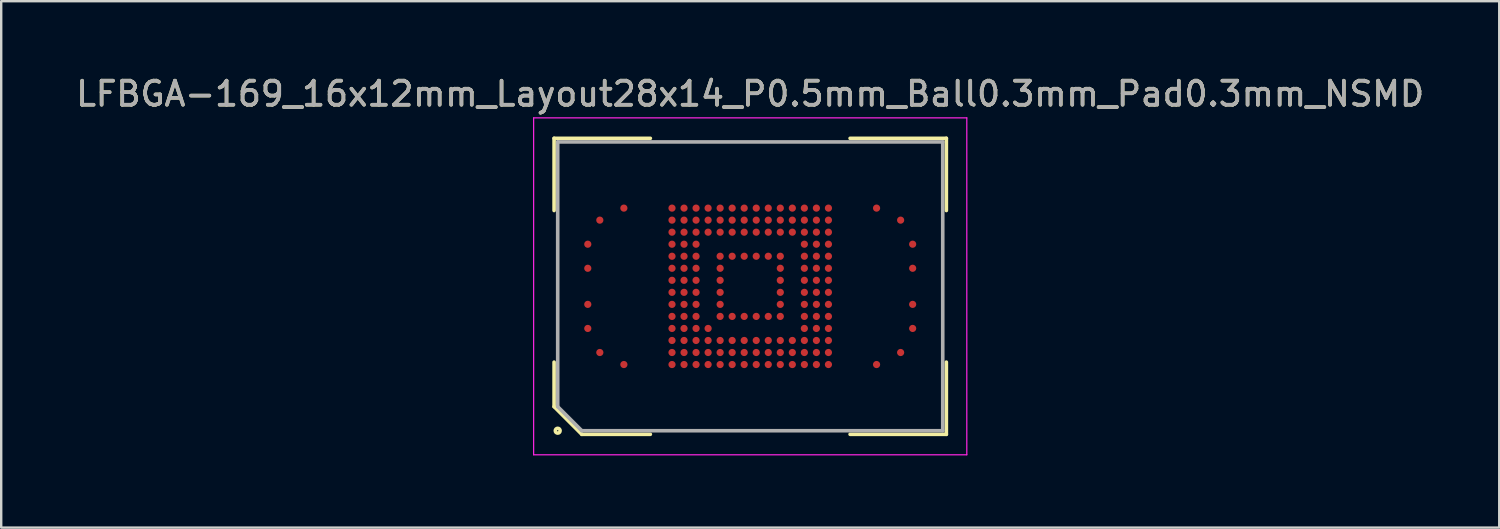
<source format=kicad_pcb>
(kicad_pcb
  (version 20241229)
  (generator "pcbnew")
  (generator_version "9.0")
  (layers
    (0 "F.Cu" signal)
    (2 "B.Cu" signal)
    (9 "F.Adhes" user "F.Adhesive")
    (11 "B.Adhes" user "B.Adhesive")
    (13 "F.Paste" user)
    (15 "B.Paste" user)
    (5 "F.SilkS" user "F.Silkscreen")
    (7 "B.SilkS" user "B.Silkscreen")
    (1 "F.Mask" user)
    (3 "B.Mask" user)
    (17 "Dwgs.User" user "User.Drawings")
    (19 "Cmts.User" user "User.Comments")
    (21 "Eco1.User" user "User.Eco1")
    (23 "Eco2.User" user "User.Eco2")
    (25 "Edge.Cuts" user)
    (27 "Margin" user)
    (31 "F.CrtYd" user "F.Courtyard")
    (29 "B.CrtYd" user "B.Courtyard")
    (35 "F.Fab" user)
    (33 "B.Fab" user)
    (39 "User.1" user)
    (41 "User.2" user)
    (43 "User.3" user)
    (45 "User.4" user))
  (footprint "LFBGA-169_16x12mm_Layout28x14_P0.5mm_Ball0.3mm_Pad0.3mm_NSMD"
    (layer "F.Cu")
    (at 28.125 8.848)
    (property "Reference" "LFBGA-169_16x12mm_Layout28x14_P0.5mm_Ball0.3mm_Pad0.3mm_NSMD" (at 0 -8 0) (layer "F.SilkS") (effects (font (size 1 1) (thickness 0.15))))
    (attr smd)
    (fp_line (start -8.15 -6.15) (end -4.15 -6.15) (stroke (width 0.15) (type solid)) (layer "F.SilkS"))
    (fp_line (start -8.15 -3.15) (end -8.15 -6.15) (stroke (width 0.15) (type solid)) (layer "F.SilkS"))
    (fp_line (start -8.15 3.15) (end -8.15 5) (stroke (width 0.15) (type solid)) (layer "F.SilkS"))
    (fp_line (start -8.15 5) (end -7 6.15) (stroke (width 0.15) (type solid)) (layer "F.SilkS"))
    (fp_line (start -7 6.15) (end -4.15 6.15) (stroke (width 0.15) (type solid)) (layer "F.SilkS"))
    (fp_line (start 8.15 -6.15) (end 4.15 -6.15) (stroke (width 0.15) (type solid)) (layer "F.SilkS"))
    (fp_line (start 8.15 -3.15) (end 8.15 -6.15) (stroke (width 0.15) (type solid)) (layer "F.SilkS"))
    (fp_line (start 8.15 3.15) (end 8.15 6.15) (stroke (width 0.15) (type solid)) (layer "F.SilkS"))
    (fp_line (start 8.15 6.15) (end 4.15 6.15) (stroke (width 0.15) (type solid)) (layer "F.SilkS"))
    (fp_circle (center -8 6) (end -8 6.1) (stroke (width 0.15) (type solid)) (fill no) (layer "F.SilkS"))
    (fp_line (start -9 -7) (end 9 -7) (stroke (width 0.05) (type solid)) (layer "F.CrtYd"))
    (fp_line (start -9 7) (end -9 -7) (stroke (width 0.05) (type solid)) (layer "F.CrtYd"))
    (fp_line (start 9 -7) (end 9 7) (stroke (width 0.05) (type solid)) (layer "F.CrtYd"))
    (fp_line (start 9 7) (end -9 7) (stroke (width 0.05) (type solid)) (layer "F.CrtYd"))
    (fp_line (start -8 -6) (end -8 5) (stroke (width 0.15) (type solid)) (layer "F.Fab"))
    (fp_line (start -8 5) (end -7 6) (stroke (width 0.15) (type solid)) (layer "F.Fab"))
    (fp_line (start -7 6) (end 8 6) (stroke (width 0.15) (type solid)) (layer "F.Fab"))
    (fp_line (start 8 -6) (end -8 -6) (stroke (width 0.15) (type solid)) (layer "F.Fab"))
    (fp_line (start 8 6) (end 8 -6) (stroke (width 0.15) (type solid)) (layer "F.Fab"))
    (fp_text user "${REFERENCE}" (at 0 -8 0) (layer "F.Fab") (effects (font (size 1 1) (thickness 0.15))))
    (pad "A4" smd circle (at -6.75 1.75 90) (size 0.3 0.3) (layers "F.Cu" "F.Mask" "F.Paste"))
    (pad "A6" smd circle (at -6.75 0.75 90) (size 0.3 0.3) (layers "F.Cu" "F.Mask" "F.Paste"))
    (pad "A9" smd circle (at -6.75 -0.75 90) (size 0.3 0.3) (layers "F.Cu" "F.Mask" "F.Paste"))
    (pad "A11" smd circle (at -6.75 -1.75 90) (size 0.3 0.3) (layers "F.Cu" "F.Mask" "F.Paste"))
    (pad "AA1" smd circle (at 3.25 3.25 90) (size 0.3 0.3) (layers "F.Cu" "F.Mask" "F.Paste"))
    (pad "AA2" smd circle (at 3.25 2.75 90) (size 0.3 0.3) (layers "F.Cu" "F.Mask" "F.Paste"))
    (pad "AA3" smd circle (at 3.25 2.25 90) (size 0.3 0.3) (layers "F.Cu" "F.Mask" "F.Paste"))
    (pad "AA4" smd circle (at 3.25 1.75 90) (size 0.3 0.3) (layers "F.Cu" "F.Mask" "F.Paste"))
    (pad "AA5" smd circle (at 3.25 1.25 90) (size 0.3 0.3) (layers "F.Cu" "F.Mask" "F.Paste"))
    (pad "AA6" smd circle (at 3.25 0.75 90) (size 0.3 0.3) (layers "F.Cu" "F.Mask" "F.Paste"))
    (pad "AA7" smd circle (at 3.25 0.25 90) (size 0.3 0.3) (layers "F.Cu" "F.Mask" "F.Paste"))
    (pad "AA8" smd circle (at 3.25 -0.25 90) (size 0.3 0.3) (layers "F.Cu" "F.Mask" "F.Paste"))
    (pad "AA9" smd circle (at 3.25 -0.75 90) (size 0.3 0.3) (layers "F.Cu" "F.Mask" "F.Paste"))
    (pad "AA10" smd circle (at 3.25 -1.25 90) (size 0.3 0.3) (layers "F.Cu" "F.Mask" "F.Paste"))
    (pad "AA11" smd circle (at 3.25 -1.75 90) (size 0.3 0.3) (layers "F.Cu" "F.Mask" "F.Paste"))
    (pad "AA12" smd circle (at 3.25 -2.25 90) (size 0.3 0.3) (layers "F.Cu" "F.Mask" "F.Paste"))
    (pad "AA13" smd circle (at 3.25 -2.75 90) (size 0.3 0.3) (layers "F.Cu" "F.Mask" "F.Paste"))
    (pad "AA14" smd circle (at 3.25 -3.25 90) (size 0.3 0.3) (layers "F.Cu" "F.Mask" "F.Paste"))
    (pad "AE1" smd circle (at 5.25 3.25 90) (size 0.3 0.3) (layers "F.Cu" "F.Mask" "F.Paste"))
    (pad "AE14" smd circle (at 5.25 -3.25 90) (size 0.3 0.3) (layers "F.Cu" "F.Mask" "F.Paste"))
    (pad "AG2" smd circle (at 6.25 2.75 90) (size 0.3 0.3) (layers "F.Cu" "F.Mask" "F.Paste"))
    (pad "AG13" smd circle (at 6.25 -2.75 90) (size 0.3 0.3) (layers "F.Cu" "F.Mask" "F.Paste"))
    (pad "AH4" smd circle (at 6.75 1.75 90) (size 0.3 0.3) (layers "F.Cu" "F.Mask" "F.Paste"))
    (pad "AH6" smd circle (at 6.75 0.75 90) (size 0.3 0.3) (layers "F.Cu" "F.Mask" "F.Paste"))
    (pad "AH9" smd circle (at 6.75 -0.75 90) (size 0.3 0.3) (layers "F.Cu" "F.Mask" "F.Paste"))
    (pad "AH11" smd circle (at 6.75 -1.75 90) (size 0.3 0.3) (layers "F.Cu" "F.Mask" "F.Paste"))
    (pad "B2" smd circle (at -6.25 2.75 90) (size 0.3 0.3) (layers "F.Cu" "F.Mask" "F.Paste"))
    (pad "B13" smd circle (at -6.25 -2.75 90) (size 0.3 0.3) (layers "F.Cu" "F.Mask" "F.Paste"))
    (pad "D1" smd circle (at -5.25 3.25 90) (size 0.3 0.3) (layers "F.Cu" "F.Mask" "F.Paste"))
    (pad "D14" smd circle (at -5.25 -3.25 90) (size 0.3 0.3) (layers "F.Cu" "F.Mask" "F.Paste"))
    (pad "H1" smd circle (at -3.25 3.25 90) (size 0.3 0.3) (layers "F.Cu" "F.Mask" "F.Paste"))
    (pad "H2" smd circle (at -3.25 2.75 90) (size 0.3 0.3) (layers "F.Cu" "F.Mask" "F.Paste"))
    (pad "H3" smd circle (at -3.25 2.25 90) (size 0.3 0.3) (layers "F.Cu" "F.Mask" "F.Paste"))
    (pad "H4" smd circle (at -3.25 1.75 90) (size 0.3 0.3) (layers "F.Cu" "F.Mask" "F.Paste"))
    (pad "H5" smd circle (at -3.25 1.25 90) (size 0.3 0.3) (layers "F.Cu" "F.Mask" "F.Paste"))
    (pad "H6" smd circle (at -3.25 0.75 90) (size 0.3 0.3) (layers "F.Cu" "F.Mask" "F.Paste"))
    (pad "H7" smd circle (at -3.25 0.25 90) (size 0.3 0.3) (layers "F.Cu" "F.Mask" "F.Paste"))
    (pad "H8" smd circle (at -3.25 -0.25 90) (size 0.3 0.3) (layers "F.Cu" "F.Mask" "F.Paste"))
    (pad "H9" smd circle (at -3.25 -0.75 90) (size 0.3 0.3) (layers "F.Cu" "F.Mask" "F.Paste"))
    (pad "H10" smd circle (at -3.25 -1.25 90) (size 0.3 0.3) (layers "F.Cu" "F.Mask" "F.Paste"))
    (pad "H11" smd circle (at -3.25 -1.75 90) (size 0.3 0.3) (layers "F.Cu" "F.Mask" "F.Paste"))
    (pad "H12" smd circle (at -3.25 -2.25 90) (size 0.3 0.3) (layers "F.Cu" "F.Mask" "F.Paste"))
    (pad "H13" smd circle (at -3.25 -2.75 90) (size 0.3 0.3) (layers "F.Cu" "F.Mask" "F.Paste"))
    (pad "H14" smd circle (at -3.25 -3.25 90) (size 0.3 0.3) (layers "F.Cu" "F.Mask" "F.Paste"))
    (pad "J1" smd circle (at -2.75 3.25 90) (size 0.3 0.3) (layers "F.Cu" "F.Mask" "F.Paste"))
    (pad "J2" smd circle (at -2.75 2.75 90) (size 0.3 0.3) (layers "F.Cu" "F.Mask" "F.Paste"))
    (pad "J3" smd circle (at -2.75 2.25 90) (size 0.3 0.3) (layers "F.Cu" "F.Mask" "F.Paste"))
    (pad "J4" smd circle (at -2.75 1.75 90) (size 0.3 0.3) (layers "F.Cu" "F.Mask" "F.Paste"))
    (pad "J5" smd circle (at -2.75 1.25 90) (size 0.3 0.3) (layers "F.Cu" "F.Mask" "F.Paste"))
    (pad "J6" smd circle (at -2.75 0.75 90) (size 0.3 0.3) (layers "F.Cu" "F.Mask" "F.Paste"))
    (pad "J7" smd circle (at -2.75 0.25 90) (size 0.3 0.3) (layers "F.Cu" "F.Mask" "F.Paste"))
    (pad "J8" smd circle (at -2.75 -0.25 90) (size 0.3 0.3) (layers "F.Cu" "F.Mask" "F.Paste"))
    (pad "J9" smd circle (at -2.75 -0.75 90) (size 0.3 0.3) (layers "F.Cu" "F.Mask" "F.Paste"))
    (pad "J10" smd circle (at -2.75 -1.25 90) (size 0.3 0.3) (layers "F.Cu" "F.Mask" "F.Paste"))
    (pad "J11" smd circle (at -2.75 -1.75 90) (size 0.3 0.3) (layers "F.Cu" "F.Mask" "F.Paste"))
    (pad "J12" smd circle (at -2.75 -2.25 90) (size 0.3 0.3) (layers "F.Cu" "F.Mask" "F.Paste"))
    (pad "J13" smd circle (at -2.75 -2.75 90) (size 0.3 0.3) (layers "F.Cu" "F.Mask" "F.Paste"))
    (pad "J14" smd circle (at -2.75 -3.25 90) (size 0.3 0.3) (layers "F.Cu" "F.Mask" "F.Paste"))
    (pad "K1" smd circle (at -2.25 3.25 90) (size 0.3 0.3) (layers "F.Cu" "F.Mask" "F.Paste"))
    (pad "K2" smd circle (at -2.25 2.75 90) (size 0.3 0.3) (layers "F.Cu" "F.Mask" "F.Paste"))
    (pad "K3" smd circle (at -2.25 2.25 90) (size 0.3 0.3) (layers "F.Cu" "F.Mask" "F.Paste"))
    (pad "K4" smd circle (at -2.25 1.75 90) (size 0.3 0.3) (layers "F.Cu" "F.Mask" "F.Paste"))
    (pad "K5" smd circle (at -2.25 1.25 90) (size 0.3 0.3) (layers "F.Cu" "F.Mask" "F.Paste"))
    (pad "K6" smd circle (at -2.25 0.75 90) (size 0.3 0.3) (layers "F.Cu" "F.Mask" "F.Paste"))
    (pad "K7" smd circle (at -2.25 0.25 90) (size 0.3 0.3) (layers "F.Cu" "F.Mask" "F.Paste"))
    (pad "K8" smd circle (at -2.25 -0.25 90) (size 0.3 0.3) (layers "F.Cu" "F.Mask" "F.Paste"))
    (pad "K9" smd circle (at -2.25 -0.75 90) (size 0.3 0.3) (layers "F.Cu" "F.Mask" "F.Paste"))
    (pad "K10" smd circle (at -2.25 -1.25 90) (size 0.3 0.3) (layers "F.Cu" "F.Mask" "F.Paste"))
    (pad "K11" smd circle (at -2.25 -1.75 90) (size 0.3 0.3) (layers "F.Cu" "F.Mask" "F.Paste"))
    (pad "K12" smd circle (at -2.25 -2.25 90) (size 0.3 0.3) (layers "F.Cu" "F.Mask" "F.Paste"))
    (pad "K13" smd circle (at -2.25 -2.75 90) (size 0.3 0.3) (layers "F.Cu" "F.Mask" "F.Paste"))
    (pad "K14" smd circle (at -2.25 -3.25 90) (size 0.3 0.3) (layers "F.Cu" "F.Mask" "F.Paste"))
    (pad "L1" smd circle (at -1.75 3.25 90) (size 0.3 0.3) (layers "F.Cu" "F.Mask" "F.Paste"))
    (pad "L2" smd circle (at -1.75 2.75 90) (size 0.3 0.3) (layers "F.Cu" "F.Mask" "F.Paste"))
    (pad "L3" smd circle (at -1.75 2.25 90) (size 0.3 0.3) (layers "F.Cu" "F.Mask" "F.Paste"))
    (pad "L4" smd circle (at -1.75 1.75 90) (size 0.3 0.3) (layers "F.Cu" "F.Mask" "F.Paste"))
    (pad "L12" smd circle (at -1.75 -2.25 90) (size 0.3 0.3) (layers "F.Cu" "F.Mask" "F.Paste"))
    (pad "L13" smd circle (at -1.75 -2.75 90) (size 0.3 0.3) (layers "F.Cu" "F.Mask" "F.Paste"))
    (pad "L14" smd circle (at -1.75 -3.25 90) (size 0.3 0.3) (layers "F.Cu" "F.Mask" "F.Paste"))
    (pad "M1" smd circle (at -1.25 3.25 90) (size 0.3 0.3) (layers "F.Cu" "F.Mask" "F.Paste"))
    (pad "M2" smd circle (at -1.25 2.75 90) (size 0.3 0.3) (layers "F.Cu" "F.Mask" "F.Paste"))
    (pad "M3" smd circle (at -1.25 2.25 90) (size 0.3 0.3) (layers "F.Cu" "F.Mask" "F.Paste"))
    (pad "M5" smd circle (at -1.25 1.25 90) (size 0.3 0.3) (layers "F.Cu" "F.Mask" "F.Paste"))
    (pad "M6" smd circle (at -1.25 0.75 90) (size 0.3 0.3) (layers "F.Cu" "F.Mask" "F.Paste"))
    (pad "M7" smd circle (at -1.25 0.25 90) (size 0.3 0.3) (layers "F.Cu" "F.Mask" "F.Paste"))
    (pad "M8" smd circle (at -1.25 -0.25 90) (size 0.3 0.3) (layers "F.Cu" "F.Mask" "F.Paste"))
    (pad "M9" smd circle (at -1.25 -0.75 90) (size 0.3 0.3) (layers "F.Cu" "F.Mask" "F.Paste"))
    (pad "M10" smd circle (at -1.25 -1.25 90) (size 0.3 0.3) (layers "F.Cu" "F.Mask" "F.Paste"))
    (pad "M12" smd circle (at -1.25 -2.25 90) (size 0.3 0.3) (layers "F.Cu" "F.Mask" "F.Paste"))
    (pad "M13" smd circle (at -1.25 -2.75 90) (size 0.3 0.3) (layers "F.Cu" "F.Mask" "F.Paste"))
    (pad "M14" smd circle (at -1.25 -3.25 90) (size 0.3 0.3) (layers "F.Cu" "F.Mask" "F.Paste"))
    (pad "N1" smd circle (at -0.75 3.25 90) (size 0.3 0.3) (layers "F.Cu" "F.Mask" "F.Paste"))
    (pad "N2" smd circle (at -0.75 2.75 90) (size 0.3 0.3) (layers "F.Cu" "F.Mask" "F.Paste"))
    (pad "N3" smd circle (at -0.75 2.25 90) (size 0.3 0.3) (layers "F.Cu" "F.Mask" "F.Paste"))
    (pad "N5" smd circle (at -0.75 1.25 90) (size 0.3 0.3) (layers "F.Cu" "F.Mask" "F.Paste"))
    (pad "N10" smd circle (at -0.75 -1.25 90) (size 0.3 0.3) (layers "F.Cu" "F.Mask" "F.Paste"))
    (pad "N12" smd circle (at -0.75 -2.25 90) (size 0.3 0.3) (layers "F.Cu" "F.Mask" "F.Paste"))
    (pad "N13" smd circle (at -0.75 -2.75 90) (size 0.3 0.3) (layers "F.Cu" "F.Mask" "F.Paste"))
    (pad "N14" smd circle (at -0.75 -3.25 90) (size 0.3 0.3) (layers "F.Cu" "F.Mask" "F.Paste"))
    (pad "P1" smd circle (at -0.25 3.25 90) (size 0.3 0.3) (layers "F.Cu" "F.Mask" "F.Paste"))
    (pad "P2" smd circle (at -0.25 2.75 90) (size 0.3 0.3) (layers "F.Cu" "F.Mask" "F.Paste"))
    (pad "P3" smd circle (at -0.25 2.25 90) (size 0.3 0.3) (layers "F.Cu" "F.Mask" "F.Paste"))
    (pad "P5" smd circle (at -0.25 1.25 90) (size 0.3 0.3) (layers "F.Cu" "F.Mask" "F.Paste"))
    (pad "P10" smd circle (at -0.25 -1.25 90) (size 0.3 0.3) (layers "F.Cu" "F.Mask" "F.Paste"))
    (pad "P12" smd circle (at -0.25 -2.25 90) (size 0.3 0.3) (layers "F.Cu" "F.Mask" "F.Paste"))
    (pad "P13" smd circle (at -0.25 -2.75 90) (size 0.3 0.3) (layers "F.Cu" "F.Mask" "F.Paste"))
    (pad "P14" smd circle (at -0.25 -3.25 90) (size 0.3 0.3) (layers "F.Cu" "F.Mask" "F.Paste"))
    (pad "R1" smd circle (at 0.25 3.25 90) (size 0.3 0.3) (layers "F.Cu" "F.Mask" "F.Paste"))
    (pad "R2" smd circle (at 0.25 2.75 90) (size 0.3 0.3) (layers "F.Cu" "F.Mask" "F.Paste"))
    (pad "R3" smd circle (at 0.25 2.25 90) (size 0.3 0.3) (layers "F.Cu" "F.Mask" "F.Paste"))
    (pad "R5" smd circle (at 0.25 1.25 90) (size 0.3 0.3) (layers "F.Cu" "F.Mask" "F.Paste"))
    (pad "R10" smd circle (at 0.25 -1.25 90) (size 0.3 0.3) (layers "F.Cu" "F.Mask" "F.Paste"))
    (pad "R12" smd circle (at 0.25 -2.25 90) (size 0.3 0.3) (layers "F.Cu" "F.Mask" "F.Paste"))
    (pad "R13" smd circle (at 0.25 -2.75 90) (size 0.3 0.3) (layers "F.Cu" "F.Mask" "F.Paste"))
    (pad "R14" smd circle (at 0.25 -3.25 90) (size 0.3 0.3) (layers "F.Cu" "F.Mask" "F.Paste"))
    (pad "T1" smd circle (at 0.75 3.25 90) (size 0.3 0.3) (layers "F.Cu" "F.Mask" "F.Paste"))
    (pad "T2" smd circle (at 0.75 2.75 90) (size 0.3 0.3) (layers "F.Cu" "F.Mask" "F.Paste"))
    (pad "T3" smd circle (at 0.75 2.25 90) (size 0.3 0.3) (layers "F.Cu" "F.Mask" "F.Paste"))
    (pad "T5" smd circle (at 0.75 1.25 90) (size 0.3 0.3) (layers "F.Cu" "F.Mask" "F.Paste"))
    (pad "T10" smd circle (at 0.75 -1.25 90) (size 0.3 0.3) (layers "F.Cu" "F.Mask" "F.Paste"))
    (pad "T12" smd circle (at 0.75 -2.25 90) (size 0.3 0.3) (layers "F.Cu" "F.Mask" "F.Paste"))
    (pad "T13" smd circle (at 0.75 -2.75 90) (size 0.3 0.3) (layers "F.Cu" "F.Mask" "F.Paste"))
    (pad "T14" smd circle (at 0.75 -3.25 90) (size 0.3 0.3) (layers "F.Cu" "F.Mask" "F.Paste"))
    (pad "U1" smd circle (at 1.25 3.25 90) (size 0.3 0.3) (layers "F.Cu" "F.Mask" "F.Paste"))
    (pad "U2" smd circle (at 1.25 2.75 90) (size 0.3 0.3) (layers "F.Cu" "F.Mask" "F.Paste"))
    (pad "U3" smd circle (at 1.25 2.25 90) (size 0.3 0.3) (layers "F.Cu" "F.Mask" "F.Paste"))
    (pad "U5" smd circle (at 1.25 1.25 90) (size 0.3 0.3) (layers "F.Cu" "F.Mask" "F.Paste"))
    (pad "U6" smd circle (at 1.25 0.75 90) (size 0.3 0.3) (layers "F.Cu" "F.Mask" "F.Paste"))
    (pad "U7" smd circle (at 1.25 0.25 90) (size 0.3 0.3) (layers "F.Cu" "F.Mask" "F.Paste"))
    (pad "U8" smd circle (at 1.25 -0.25 90) (size 0.3 0.3) (layers "F.Cu" "F.Mask" "F.Paste"))
    (pad "U9" smd circle (at 1.25 -0.75 90) (size 0.3 0.3) (layers "F.Cu" "F.Mask" "F.Paste"))
    (pad "U10" smd circle (at 1.25 -1.25 90) (size 0.3 0.3) (layers "F.Cu" "F.Mask" "F.Paste"))
    (pad "U12" smd circle (at 1.25 -2.25 90) (size 0.3 0.3) (layers "F.Cu" "F.Mask" "F.Paste"))
    (pad "U13" smd circle (at 1.25 -2.75 90) (size 0.3 0.3) (layers "F.Cu" "F.Mask" "F.Paste"))
    (pad "U14" smd circle (at 1.25 -3.25 90) (size 0.3 0.3) (layers "F.Cu" "F.Mask" "F.Paste"))
    (pad "V1" smd circle (at 1.75 3.25 90) (size 0.3 0.3) (layers "F.Cu" "F.Mask" "F.Paste"))
    (pad "V2" smd circle (at 1.75 2.75 90) (size 0.3 0.3) (layers "F.Cu" "F.Mask" "F.Paste"))
    (pad "V3" smd circle (at 1.75 2.25 90) (size 0.3 0.3) (layers "F.Cu" "F.Mask" "F.Paste"))
    (pad "V12" smd circle (at 1.75 -2.25 90) (size 0.3 0.3) (layers "F.Cu" "F.Mask" "F.Paste"))
    (pad "V13" smd circle (at 1.75 -2.75 90) (size 0.3 0.3) (layers "F.Cu" "F.Mask" "F.Paste"))
    (pad "V14" smd circle (at 1.75 -3.25 90) (size 0.3 0.3) (layers "F.Cu" "F.Mask" "F.Paste"))
    (pad "W1" smd circle (at 2.25 3.25 90) (size 0.3 0.3) (layers "F.Cu" "F.Mask" "F.Paste"))
    (pad "W2" smd circle (at 2.25 2.75 90) (size 0.3 0.3) (layers "F.Cu" "F.Mask" "F.Paste"))
    (pad "W3" smd circle (at 2.25 2.25 90) (size 0.3 0.3) (layers "F.Cu" "F.Mask" "F.Paste"))
    (pad "W4" smd circle (at 2.25 1.75 90) (size 0.3 0.3) (layers "F.Cu" "F.Mask" "F.Paste"))
    (pad "W5" smd circle (at 2.25 1.25 90) (size 0.3 0.3) (layers "F.Cu" "F.Mask" "F.Paste"))
    (pad "W6" smd circle (at 2.25 0.75 90) (size 0.3 0.3) (layers "F.Cu" "F.Mask" "F.Paste"))
    (pad "W7" smd circle (at 2.25 0.25 90) (size 0.3 0.3) (layers "F.Cu" "F.Mask" "F.Paste"))
    (pad "W8" smd circle (at 2.25 -0.25 90) (size 0.3 0.3) (layers "F.Cu" "F.Mask" "F.Paste"))
    (pad "W9" smd circle (at 2.25 -0.75 90) (size 0.3 0.3) (layers "F.Cu" "F.Mask" "F.Paste"))
    (pad "W10" smd circle (at 2.25 -1.25 90) (size 0.3 0.3) (layers "F.Cu" "F.Mask" "F.Paste"))
    (pad "W11" smd circle (at 2.25 -1.75 90) (size 0.3 0.3) (layers "F.Cu" "F.Mask" "F.Paste"))
    (pad "W12" smd circle (at 2.25 -2.25 90) (size 0.3 0.3) (layers "F.Cu" "F.Mask" "F.Paste"))
    (pad "W13" smd circle (at 2.25 -2.75 90) (size 0.3 0.3) (layers "F.Cu" "F.Mask" "F.Paste"))
    (pad "W14" smd circle (at 2.25 -3.25 90) (size 0.3 0.3) (layers "F.Cu" "F.Mask" "F.Paste"))
    (pad "Y1" smd circle (at 2.75 3.25 90) (size 0.3 0.3) (layers "F.Cu" "F.Mask" "F.Paste"))
    (pad "Y2" smd circle (at 2.75 2.75 90) (size 0.3 0.3) (layers "F.Cu" "F.Mask" "F.Paste"))
    (pad "Y3" smd circle (at 2.75 2.25 90) (size 0.3 0.3) (layers "F.Cu" "F.Mask" "F.Paste"))
    (pad "Y4" smd circle (at 2.75 1.75 90) (size 0.3 0.3) (layers "F.Cu" "F.Mask" "F.Paste"))
    (pad "Y5" smd circle (at 2.75 1.25 90) (size 0.3 0.3) (layers "F.Cu" "F.Mask" "F.Paste"))
    (pad "Y6" smd circle (at 2.75 0.75 90) (size 0.3 0.3) (layers "F.Cu" "F.Mask" "F.Paste"))
    (pad "Y7" smd circle (at 2.75 0.25 90) (size 0.3 0.3) (layers "F.Cu" "F.Mask" "F.Paste"))
    (pad "Y8" smd circle (at 2.75 -0.25 90) (size 0.3 0.3) (layers "F.Cu" "F.Mask" "F.Paste"))
    (pad "Y9" smd circle (at 2.75 -0.75 90) (size 0.3 0.3) (layers "F.Cu" "F.Mask" "F.Paste"))
    (pad "Y10" smd circle (at 2.75 -1.25 90) (size 0.3 0.3) (layers "F.Cu" "F.Mask" "F.Paste"))
    (pad "Y11" smd circle (at 2.75 -1.75 90) (size 0.3 0.3) (layers "F.Cu" "F.Mask" "F.Paste"))
    (pad "Y12" smd circle (at 2.75 -2.25 90) (size 0.3 0.3) (layers "F.Cu" "F.Mask" "F.Paste"))
    (pad "Y13" smd circle (at 2.75 -2.75 90) (size 0.3 0.3) (layers "F.Cu" "F.Mask" "F.Paste"))
    (pad "Y14" smd circle (at 2.75 -3.25 90) (size 0.3 0.3) (layers "F.Cu" "F.Mask" "F.Paste")))
  (gr_rect
    (start -3 -3)
    (end 59.25 18.873)
    (stroke (width 0.1) (type default))
    (fill no)
    (layer "Edge.Cuts")))
</source>
